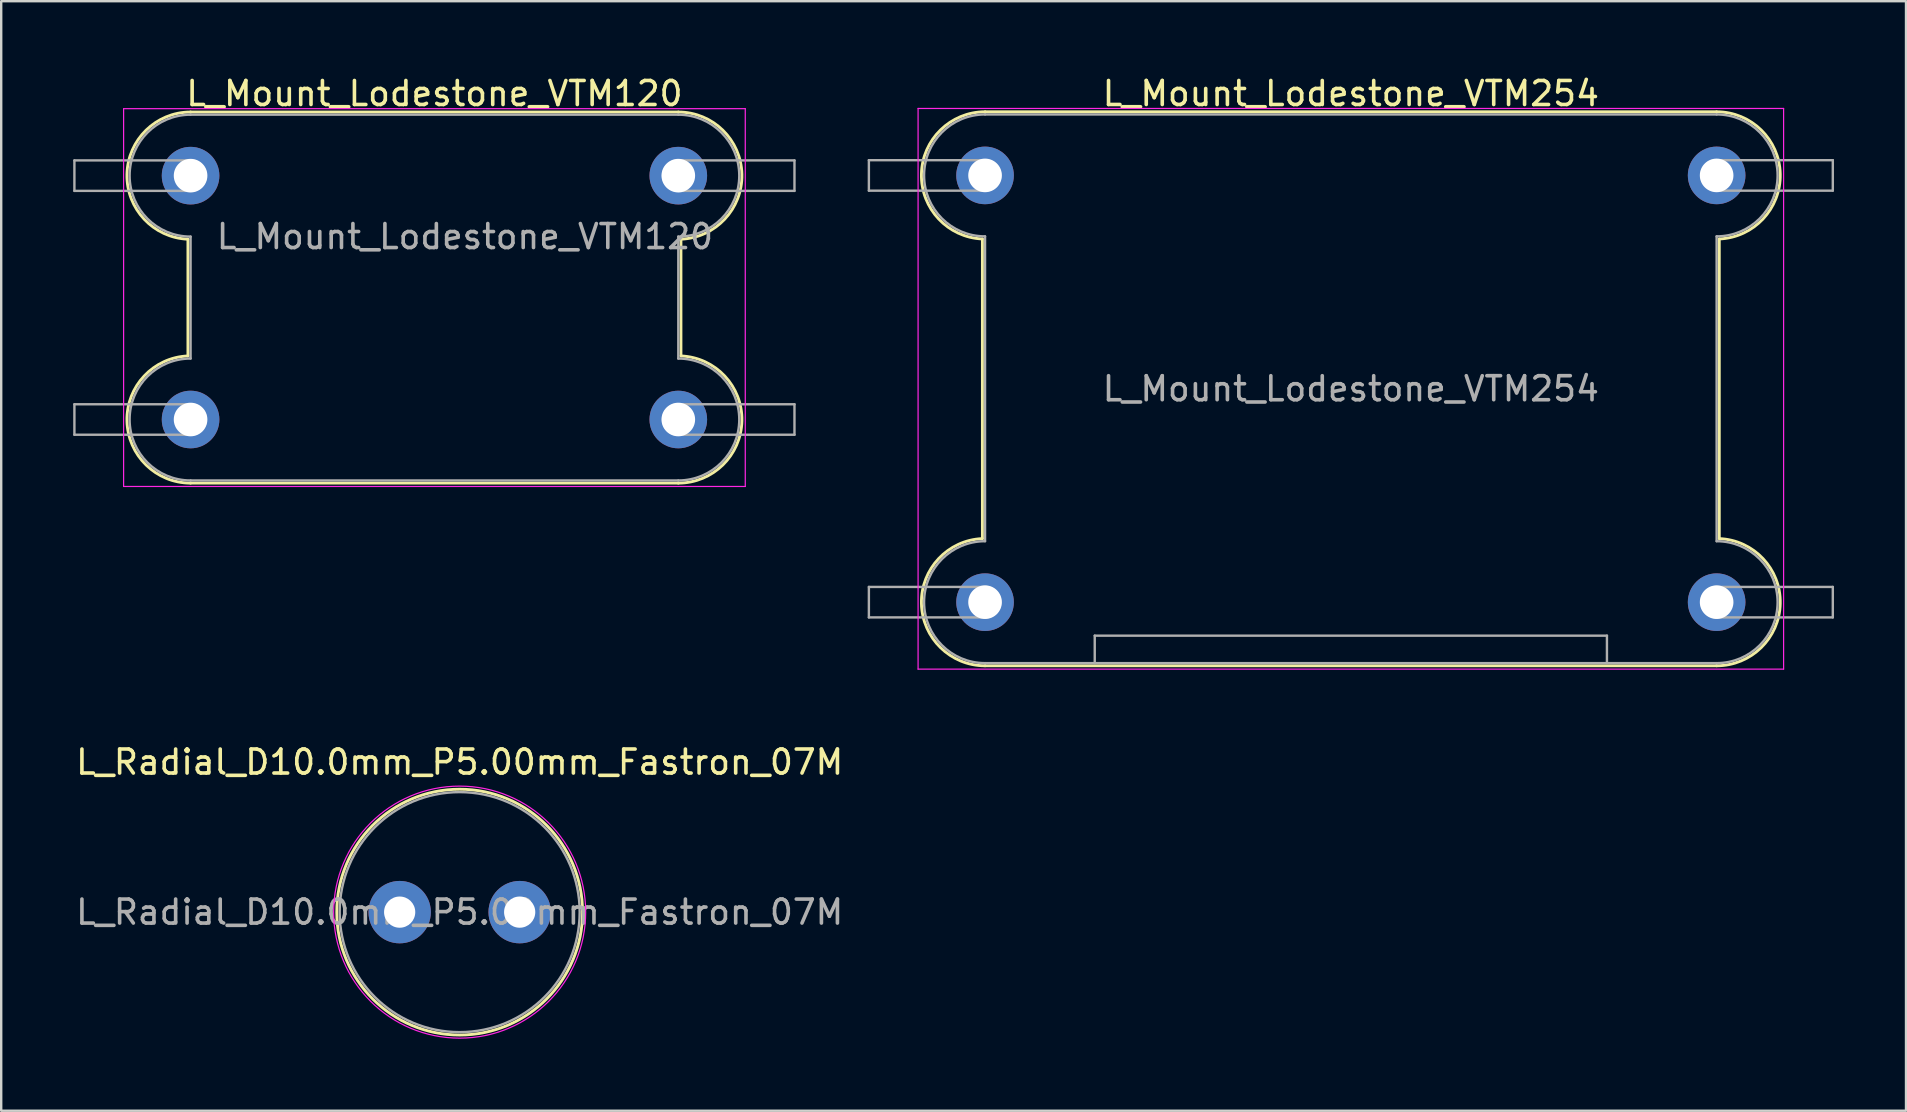
<source format=kicad_pcb>
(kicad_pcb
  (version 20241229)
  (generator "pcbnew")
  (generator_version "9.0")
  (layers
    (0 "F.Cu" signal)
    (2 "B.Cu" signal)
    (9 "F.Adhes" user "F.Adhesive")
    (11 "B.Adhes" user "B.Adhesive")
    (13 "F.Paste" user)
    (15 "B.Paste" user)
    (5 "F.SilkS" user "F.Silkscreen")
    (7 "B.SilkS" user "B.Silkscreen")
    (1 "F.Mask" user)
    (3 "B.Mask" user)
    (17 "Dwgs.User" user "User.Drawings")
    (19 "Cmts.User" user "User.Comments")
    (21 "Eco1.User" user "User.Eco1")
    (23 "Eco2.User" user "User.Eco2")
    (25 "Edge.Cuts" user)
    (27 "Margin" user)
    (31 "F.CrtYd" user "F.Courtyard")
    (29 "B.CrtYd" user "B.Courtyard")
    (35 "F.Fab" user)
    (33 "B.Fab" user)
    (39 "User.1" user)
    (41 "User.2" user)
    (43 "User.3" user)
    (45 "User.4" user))
  (footprint "L_Radial_D10.0mm_P5.00mm_Fastron_07M"
    (layer "F.Cu")
    (at 13.601 34.952)
    (property "Reference" "L_Radial_D10.0mm_P5.00mm_Fastron_07M" (at 2.5 -6.25 0) (layer "F.SilkS") (effects (font (size 1 1) (thickness 0.15))))
    (attr through_hole)
    (fp_circle (center 2.5 0) (end 7.62 0) (stroke (width 0.12) (type solid)) (fill no) (layer "F.SilkS"))
    (fp_circle (center 2.5 0) (end 7.75 0) (stroke (width 0.05) (type solid)) (fill no) (layer "F.CrtYd"))
    (fp_circle (center 2.5 0) (end 7.5 0) (stroke (width 0.1) (type solid)) (fill no) (layer "F.Fab"))
    (fp_text user "${REFERENCE}" (at 2.5 0 0) (layer "F.Fab") (effects (font (size 1 1) (thickness 0.15))))
    (pad "1" thru_hole circle (at 0 0) (size 2.6 2.6) (drill 1.3) (layers "*.Cu" "*.Mask"))
    (pad "2" thru_hole circle (at 5 0) (size 2.6 2.6) (drill 1.3) (layers "*.Cu" "*.Mask")))
  (footprint "L_Mount_Lodestone_VTM120"
    (layer "F.Cu")
    (at 4.89 14.428)
    (property "Reference" "L_Mount_Lodestone_VTM120" (at 10.16 -13.58 0) (layer "F.SilkS") (effects (font (size 1 1) (thickness 0.15))))
    (attr through_hole)
    (fp_line (start -0.11 -2.65) (end -0.11 -7.51) (stroke (width 0.12) (type solid)) (layer "F.SilkS"))
    (fp_line (start 0 -12.81) (end 20.32 -12.81) (stroke (width 0.12) (type solid)) (layer "F.SilkS"))
    (fp_line (start 0 2.65) (end 20.32 2.65) (stroke (width 0.12) (type solid)) (layer "F.SilkS"))
    (fp_line (start 20.43 -2.65) (end 20.43 -7.51) (stroke (width 0.12) (type solid)) (layer "F.SilkS"))
    (fp_arc (start -0.11097 -7.512325) (mid -2.649418 -10.215497) (end 0 -12.81) (stroke (width 0.12) (type solid)) (layer "F.SilkS"))
    (fp_arc (start 0 2.65) (mid -2.649419 0.055497) (end -0.11097 -2.647675) (stroke (width 0.12) (type solid)) (layer "F.SilkS"))
    (fp_arc (start 20.32 -12.81) (mid 22.969419 -10.215497) (end 20.43097 -7.512325) (stroke (width 0.12) (type solid)) (layer "F.SilkS"))
    (fp_arc (start 20.43097 -2.647675) (mid 22.969418 0.055497) (end 20.32 2.65) (stroke (width 0.12) (type solid)) (layer "F.SilkS"))
    (fp_line (start -2.79 -12.95) (end 23.11 -12.95) (stroke (width 0.05) (type solid)) (layer "F.CrtYd"))
    (fp_line (start -2.79 2.79) (end -2.79 -12.95) (stroke (width 0.05) (type solid)) (layer "F.CrtYd"))
    (fp_line (start -2.79 2.79) (end 23.11 2.79) (stroke (width 0.05) (type solid)) (layer "F.CrtYd"))
    (fp_line (start 23.11 2.79) (end 23.11 -12.95) (stroke (width 0.05) (type solid)) (layer "F.CrtYd"))
    (fp_line (start -4.84 -10.795) (end 0 -10.795) (stroke (width 0.1) (type solid)) (layer "F.Fab"))
    (fp_line (start -4.84 -9.525) (end -4.84 -10.795) (stroke (width 0.1) (type solid)) (layer "F.Fab"))
    (fp_line (start -4.84 -0.635) (end 0 -0.635) (stroke (width 0.1) (type solid)) (layer "F.Fab"))
    (fp_line (start -4.84 0.635) (end -4.84 -0.635) (stroke (width 0.1) (type solid)) (layer "F.Fab"))
    (fp_line (start 0 -12.7) (end 20.32 -12.7) (stroke (width 0.1) (type solid)) (layer "F.Fab"))
    (fp_line (start 0 -9.525) (end -4.84 -9.525) (stroke (width 0.1) (type solid)) (layer "F.Fab"))
    (fp_line (start 0 -2.54) (end 0 -7.62) (stroke (width 0.1) (type solid)) (layer "F.Fab"))
    (fp_line (start 0 0.635) (end -4.84 0.635) (stroke (width 0.1) (type solid)) (layer "F.Fab"))
    (fp_line (start 0 2.54) (end 20.32 2.54) (stroke (width 0.1) (type solid)) (layer "F.Fab"))
    (fp_line (start 20.32 -10.795) (end 25.16 -10.795) (stroke (width 0.1) (type solid)) (layer "F.Fab"))
    (fp_line (start 20.32 -2.54) (end 20.32 -7.62) (stroke (width 0.1) (type solid)) (layer "F.Fab"))
    (fp_line (start 20.32 -0.635) (end 25.16 -0.635) (stroke (width 0.1) (type solid)) (layer "F.Fab"))
    (fp_line (start 25.16 -10.795) (end 25.16 -9.525) (stroke (width 0.1) (type solid)) (layer "F.Fab"))
    (fp_line (start 25.16 -9.525) (end 20.32 -9.525) (stroke (width 0.1) (type solid)) (layer "F.Fab"))
    (fp_line (start 25.16 -0.635) (end 25.16 0.635) (stroke (width 0.1) (type solid)) (layer "F.Fab"))
    (fp_line (start 25.16 0.635) (end 20.32 0.635) (stroke (width 0.1) (type solid)) (layer "F.Fab"))
    (fp_arc (start 0 -10.795) (mid 0.635 -10.16) (end 0 -9.525) (stroke (width 0.1) (type solid)) (layer "F.Fab"))
    (fp_arc (start 0 -7.62) (mid -2.54 -10.16) (end 0 -12.7) (stroke (width 0.1) (type solid)) (layer "F.Fab"))
    (fp_arc (start 0 -0.635) (mid 0.635 0) (end 0 0.635) (stroke (width 0.1) (type solid)) (layer "F.Fab"))
    (fp_arc (start 0 2.54) (mid -2.54 0) (end 0 -2.54) (stroke (width 0.1) (type solid)) (layer "F.Fab"))
    (fp_arc (start 20.32 -12.7) (mid 22.86 -10.16) (end 20.32 -7.62) (stroke (width 0.1) (type solid)) (layer "F.Fab"))
    (fp_arc (start 20.32 -9.525) (mid 19.685 -10.16) (end 20.32 -10.795) (stroke (width 0.1) (type solid)) (layer "F.Fab"))
    (fp_arc (start 20.32 -2.54) (mid 22.86 0) (end 20.32 2.54) (stroke (width 0.1) (type solid)) (layer "F.Fab"))
    (fp_arc (start 20.32 0.635) (mid 19.685 0) (end 20.32 -0.635) (stroke (width 0.1) (type solid)) (layer "F.Fab"))
    (fp_text user "${REFERENCE}" (at 11.43 -7.62 0) (layer "F.Fab") (effects (font (size 1 1) (thickness 0.15))))
    (pad "1" thru_hole circle (at 0 0) (size 2.4 2.4) (drill 1.4) (layers "*.Cu" "*.Mask"))
    (pad "2" thru_hole circle (at 20.32 -10.16) (size 2.4 2.4) (drill 1.4) (layers "*.Cu" "*.Mask"))
    (pad "3" thru_hole circle (at 0 -10.16) (size 2.4 2.4) (drill 1.4) (layers "*.Cu" "*.Mask"))
    (pad "4" thru_hole circle (at 20.32 0) (size 2.4 2.4) (drill 1.4) (layers "*.Cu" "*.Mask")))
  (footprint "L_Mount_Lodestone_VTM254"
    (layer "F.Cu")
    (at 37.99 22.038)
    (property "Reference" "L_Mount_Lodestone_VTM254" (at 15.24 -21.19 0) (layer "F.SilkS") (effects (font (size 1 1) (thickness 0.15))))
    (attr through_hole)
    (fp_line (start -0.11 -2.65) (end -0.11 -15.13) (stroke (width 0.12) (type solid)) (layer "F.SilkS"))
    (fp_line (start 0 -20.43) (end 30.48 -20.43) (stroke (width 0.12) (type solid)) (layer "F.SilkS"))
    (fp_line (start 0 2.65) (end 30.48 2.65) (stroke (width 0.12) (type solid)) (layer "F.SilkS"))
    (fp_line (start 30.59 -2.65) (end 30.59 -15.13) (stroke (width 0.12) (type solid)) (layer "F.SilkS"))
    (fp_arc (start -0.11097 -15.132325) (mid -2.649418 -17.835497) (end 0 -20.43) (stroke (width 0.12) (type solid)) (layer "F.SilkS"))
    (fp_arc (start 0 2.65) (mid -2.649419 0.055497) (end -0.11097 -2.647675) (stroke (width 0.12) (type solid)) (layer "F.SilkS"))
    (fp_arc (start 30.48 -20.43) (mid 33.129419 -17.835497) (end 30.59097 -15.132325) (stroke (width 0.12) (type solid)) (layer "F.SilkS"))
    (fp_arc (start 30.59097 -2.647675) (mid 33.129418 0.055497) (end 30.48 2.65) (stroke (width 0.12) (type solid)) (layer "F.SilkS"))
    (fp_line (start -2.79 -20.57) (end 33.27 -20.57) (stroke (width 0.05) (type solid)) (layer "F.CrtYd"))
    (fp_line (start -2.79 2.79) (end -2.79 -20.57) (stroke (width 0.05) (type solid)) (layer "F.CrtYd"))
    (fp_line (start -2.79 2.79) (end 33.27 2.79) (stroke (width 0.05) (type solid)) (layer "F.CrtYd"))
    (fp_line (start 33.27 2.79) (end 33.27 -20.57) (stroke (width 0.05) (type solid)) (layer "F.CrtYd"))
    (fp_line (start -4.84 -18.415) (end 0 -18.415) (stroke (width 0.1) (type solid)) (layer "F.Fab"))
    (fp_line (start -4.84 -17.145) (end -4.84 -18.415) (stroke (width 0.1) (type solid)) (layer "F.Fab"))
    (fp_line (start -4.84 -0.635) (end 0 -0.635) (stroke (width 0.1) (type solid)) (layer "F.Fab"))
    (fp_line (start -4.84 0.635) (end -4.84 -0.635) (stroke (width 0.1) (type solid)) (layer "F.Fab"))
    (fp_line (start 0 -20.32) (end 30.48 -20.32) (stroke (width 0.1) (type solid)) (layer "F.Fab"))
    (fp_line (start 0 -17.145) (end -4.84 -17.145) (stroke (width 0.1) (type solid)) (layer "F.Fab"))
    (fp_line (start 0 -2.54) (end 0 -15.24) (stroke (width 0.1) (type solid)) (layer "F.Fab"))
    (fp_line (start 0 0.635) (end -4.84 0.635) (stroke (width 0.1) (type solid)) (layer "F.Fab"))
    (fp_line (start 0 2.54) (end 30.48 2.54) (stroke (width 0.1) (type solid)) (layer "F.Fab"))
    (fp_line (start 4.57 1.395) (end 4.57 2.54) (stroke (width 0.1) (type solid)) (layer "F.Fab"))
    (fp_line (start 4.57 1.395) (end 25.91 1.395) (stroke (width 0.1) (type solid)) (layer "F.Fab"))
    (fp_line (start 25.91 1.395) (end 25.91 2.54) (stroke (width 0.1) (type solid)) (layer "F.Fab"))
    (fp_line (start 30.48 -18.415) (end 35.32 -18.415) (stroke (width 0.1) (type solid)) (layer "F.Fab"))
    (fp_line (start 30.48 -2.54) (end 30.48 -15.24) (stroke (width 0.1) (type solid)) (layer "F.Fab"))
    (fp_line (start 30.48 -0.635) (end 35.32 -0.635) (stroke (width 0.1) (type solid)) (layer "F.Fab"))
    (fp_line (start 35.32 -18.415) (end 35.32 -17.145) (stroke (width 0.1) (type solid)) (layer "F.Fab"))
    (fp_line (start 35.32 -17.145) (end 30.48 -17.145) (stroke (width 0.1) (type solid)) (layer "F.Fab"))
    (fp_line (start 35.32 -0.635) (end 35.32 0.635) (stroke (width 0.1) (type solid)) (layer "F.Fab"))
    (fp_line (start 35.32 0.635) (end 30.48 0.635) (stroke (width 0.1) (type solid)) (layer "F.Fab"))
    (fp_arc (start 0 -18.415) (mid 0.635 -17.78) (end 0 -17.145) (stroke (width 0.1) (type solid)) (layer "F.Fab"))
    (fp_arc (start 0 -15.24) (mid -2.54 -17.78) (end 0 -20.32) (stroke (width 0.1) (type solid)) (layer "F.Fab"))
    (fp_arc (start 0 -0.635) (mid 0.635 0) (end 0 0.635) (stroke (width 0.1) (type solid)) (layer "F.Fab"))
    (fp_arc (start 0 2.54) (mid -2.54 0) (end 0 -2.54) (stroke (width 0.1) (type solid)) (layer "F.Fab"))
    (fp_arc (start 30.48 -20.32) (mid 33.02 -17.78) (end 30.48 -15.24) (stroke (width 0.1) (type solid)) (layer "F.Fab"))
    (fp_arc (start 30.48 -17.145) (mid 29.845 -17.78) (end 30.48 -18.415) (stroke (width 0.1) (type solid)) (layer "F.Fab"))
    (fp_arc (start 30.48 -2.54) (mid 33.02 0) (end 30.48 2.54) (stroke (width 0.1) (type solid)) (layer "F.Fab"))
    (fp_arc (start 30.48 0.635) (mid 29.845 0) (end 30.48 -0.635) (stroke (width 0.1) (type solid)) (layer "F.Fab"))
    (fp_text user "${REFERENCE}" (at 15.24 -8.89 0) (layer "F.Fab") (effects (font (size 1 1) (thickness 0.15))))
    (pad "1" thru_hole circle (at 0 0) (size 2.4 2.4) (drill 1.4) (layers "*.Cu" "*.Mask"))
    (pad "2" thru_hole circle (at 30.48 -17.78) (size 2.4 2.4) (drill 1.4) (layers "*.Cu" "*.Mask"))
    (pad "3" thru_hole circle (at 0 -17.78) (size 2.4 2.4) (drill 1.4) (layers "*.Cu" "*.Mask"))
    (pad "4" thru_hole circle (at 30.48 0) (size 2.4 2.4) (drill 1.4) (layers "*.Cu" "*.Mask")))
  (gr_rect
    (start -3 -3)
    (end 76.36 43.227)
    (stroke (width 0.1) (type default))
    (fill no)
    (layer "Edge.Cuts")))
</source>
